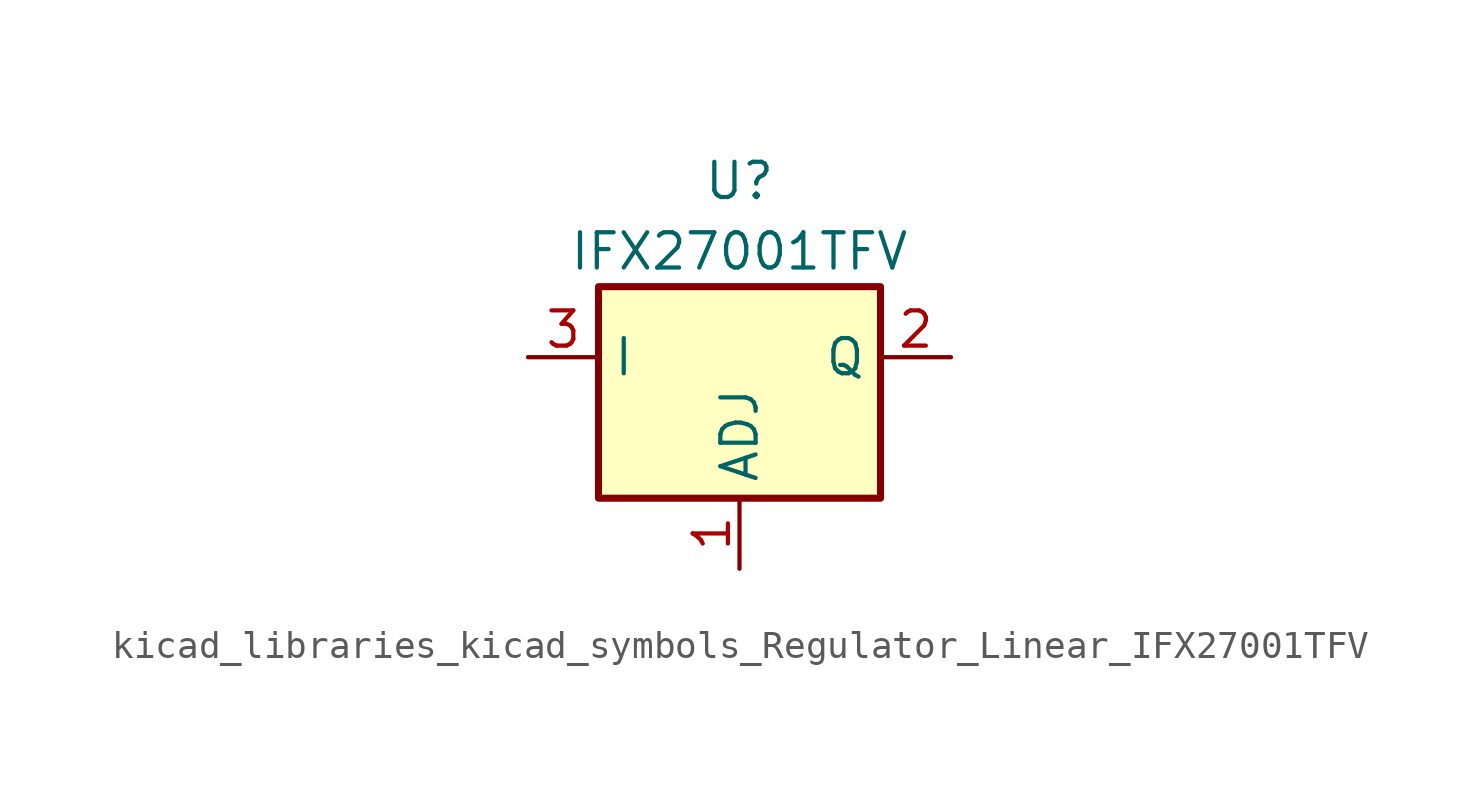
<source format=kicad_sym>
(kicad_symbol_lib
  (version 20220914)
  (generator kicad_symbol_editor)
  (symbol "kicad_libraries_kicad_symbols_Regulator_Linear_IFX27001TFV"
    (property "Reference" "U"
      (at 0 6.35 0)
      (effects (font (size 1.27 1.27))))
    (property "Value" "IFX27001TFV"
      (at 0 3.81 0)
      (effects (font (size 1.27 1.27))))
    (symbol "kicad_libraries_kicad_symbols_Regulator_Linear_IFX27001TFV_1_1"
      (rectangle (start -5.08 2.54) (end 5.08 -5.08) (stroke (width 0.254) (type default)) (fill (type background)))
      (pin input line (at 0 -7.62 90) (length 2.54) (name "ADJ" (effects (font (size 1.27 1.27)))) (number "1" (effects (font (size 1.27 1.27)))))
      (pin power_out line (at 7.62 0 180) (length 2.54) (name "Q" (effects (font (size 1.27 1.27)))) (number "2" (effects (font (size 1.27 1.27)))))
      (pin power_in line (at -7.62 0 0) (length 2.54) (name "I" (effects (font (size 1.27 1.27)))) (number "3" (effects (font (size 1.27 1.27))))))))
</source>
